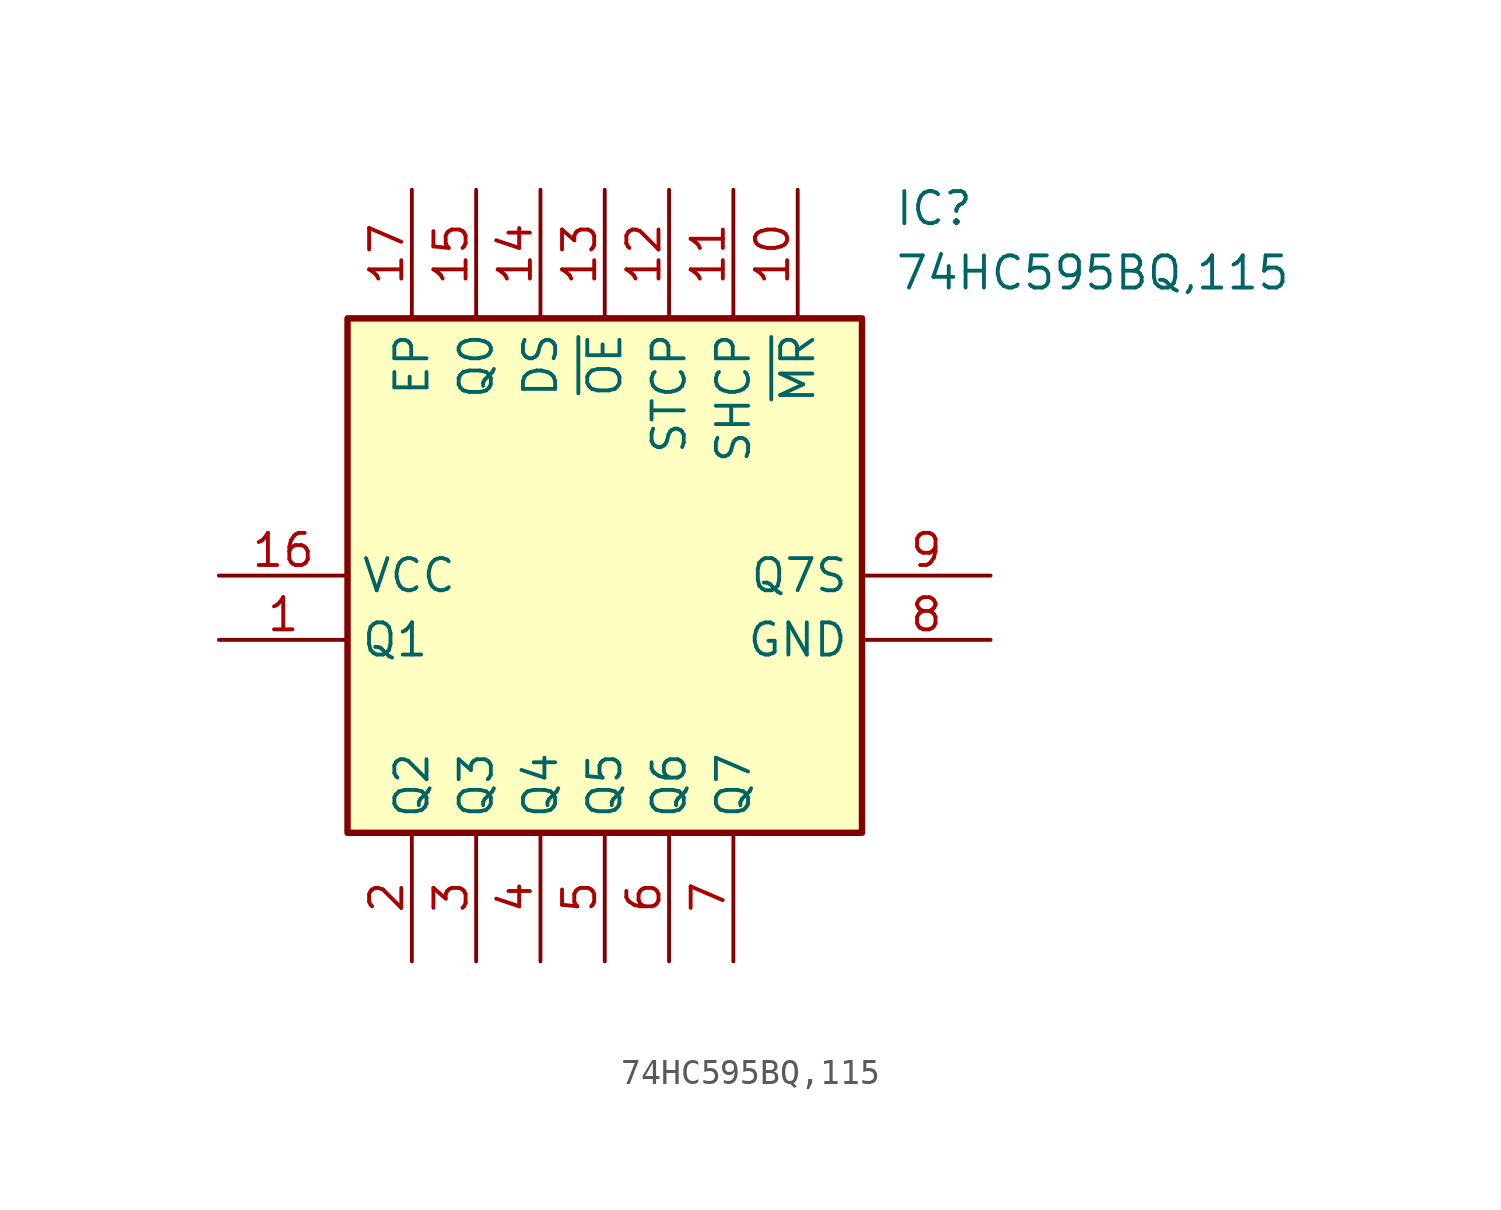
<source format=kicad_sym>
(kicad_symbol_lib
  (version 20211014)
  (generator SamacSys_ECAD_Model)
  (symbol "74HC595BQ,115"
    (property "Reference" "IC"
      (at 26.67 15.24 0)
      (effects (font (size 1.27 1.27)) (justify left top)))
    (property "Value" "74HC595BQ,115"
      (at 26.67 12.7 0)
      (effects (font (size 1.27 1.27)) (justify left top)))
    (rectangle
      (start 5.08 10.16)
      (end 25.4 -10.16)
      (stroke (width 0.254) (type default))
      (fill (type background)))
    (pin passive line
      (at 0 -2.54 0)
      (length 5.08)
      (name "Q1" (effects (font (size 1.27 1.27))))
      (number "1" (effects (font (size 1.27 1.27)))))
    (pin passive line
      (at 7.62 -15.24 90)
      (length 5.08)
      (name "Q2" (effects (font (size 1.27 1.27))))
      (number "2" (effects (font (size 1.27 1.27)))))
    (pin passive line
      (at 10.16 -15.24 90)
      (length 5.08)
      (name "Q3" (effects (font (size 1.27 1.27))))
      (number "3" (effects (font (size 1.27 1.27)))))
    (pin passive line
      (at 12.7 -15.24 90)
      (length 5.08)
      (name "Q4" (effects (font (size 1.27 1.27))))
      (number "4" (effects (font (size 1.27 1.27)))))
    (pin passive line
      (at 15.24 -15.24 90)
      (length 5.08)
      (name "Q5" (effects (font (size 1.27 1.27))))
      (number "5" (effects (font (size 1.27 1.27)))))
    (pin passive line
      (at 17.78 -15.24 90)
      (length 5.08)
      (name "Q6" (effects (font (size 1.27 1.27))))
      (number "6" (effects (font (size 1.27 1.27)))))
    (pin passive line
      (at 20.32 -15.24 90)
      (length 5.08)
      (name "Q7" (effects (font (size 1.27 1.27))))
      (number "7" (effects (font (size 1.27 1.27)))))
    (pin passive line
      (at 30.48 -2.54 180)
      (length 5.08)
      (name "GND" (effects (font (size 1.27 1.27))))
      (number "8" (effects (font (size 1.27 1.27)))))
    (pin passive line
      (at 30.48 0 180)
      (length 5.08)
      (name "Q7S" (effects (font (size 1.27 1.27))))
      (number "9" (effects (font (size 1.27 1.27)))))
    (pin passive line
      (at 22.86 15.24 270)
      (length 5.08)
      (name "~{MR}" (effects (font (size 1.27 1.27))))
      (number "10" (effects (font (size 1.27 1.27)))))
    (pin passive line
      (at 20.32 15.24 270)
      (length 5.08)
      (name "SHCP" (effects (font (size 1.27 1.27))))
      (number "11" (effects (font (size 1.27 1.27)))))
    (pin passive line
      (at 17.78 15.24 270)
      (length 5.08)
      (name "STCP" (effects (font (size 1.27 1.27))))
      (number "12" (effects (font (size 1.27 1.27)))))
    (pin passive line
      (at 15.24 15.24 270)
      (length 5.08)
      (name "~{OE}" (effects (font (size 1.27 1.27))))
      (number "13" (effects (font (size 1.27 1.27)))))
    (pin passive line
      (at 12.7 15.24 270)
      (length 5.08)
      (name "DS" (effects (font (size 1.27 1.27))))
      (number "14" (effects (font (size 1.27 1.27)))))
    (pin passive line
      (at 10.16 15.24 270)
      (length 5.08)
      (name "Q0" (effects (font (size 1.27 1.27))))
      (number "15" (effects (font (size 1.27 1.27)))))
    (pin passive line
      (at 0 0 0)
      (length 5.08)
      (name "VCC" (effects (font (size 1.27 1.27))))
      (number "16" (effects (font (size 1.27 1.27)))))
    (pin passive line
      (at 7.62 15.24 270)
      (length 5.08)
      (name "EP" (effects (font (size 1.27 1.27))))
      (number "17" (effects (font (size 1.27 1.27)))))))
</source>
